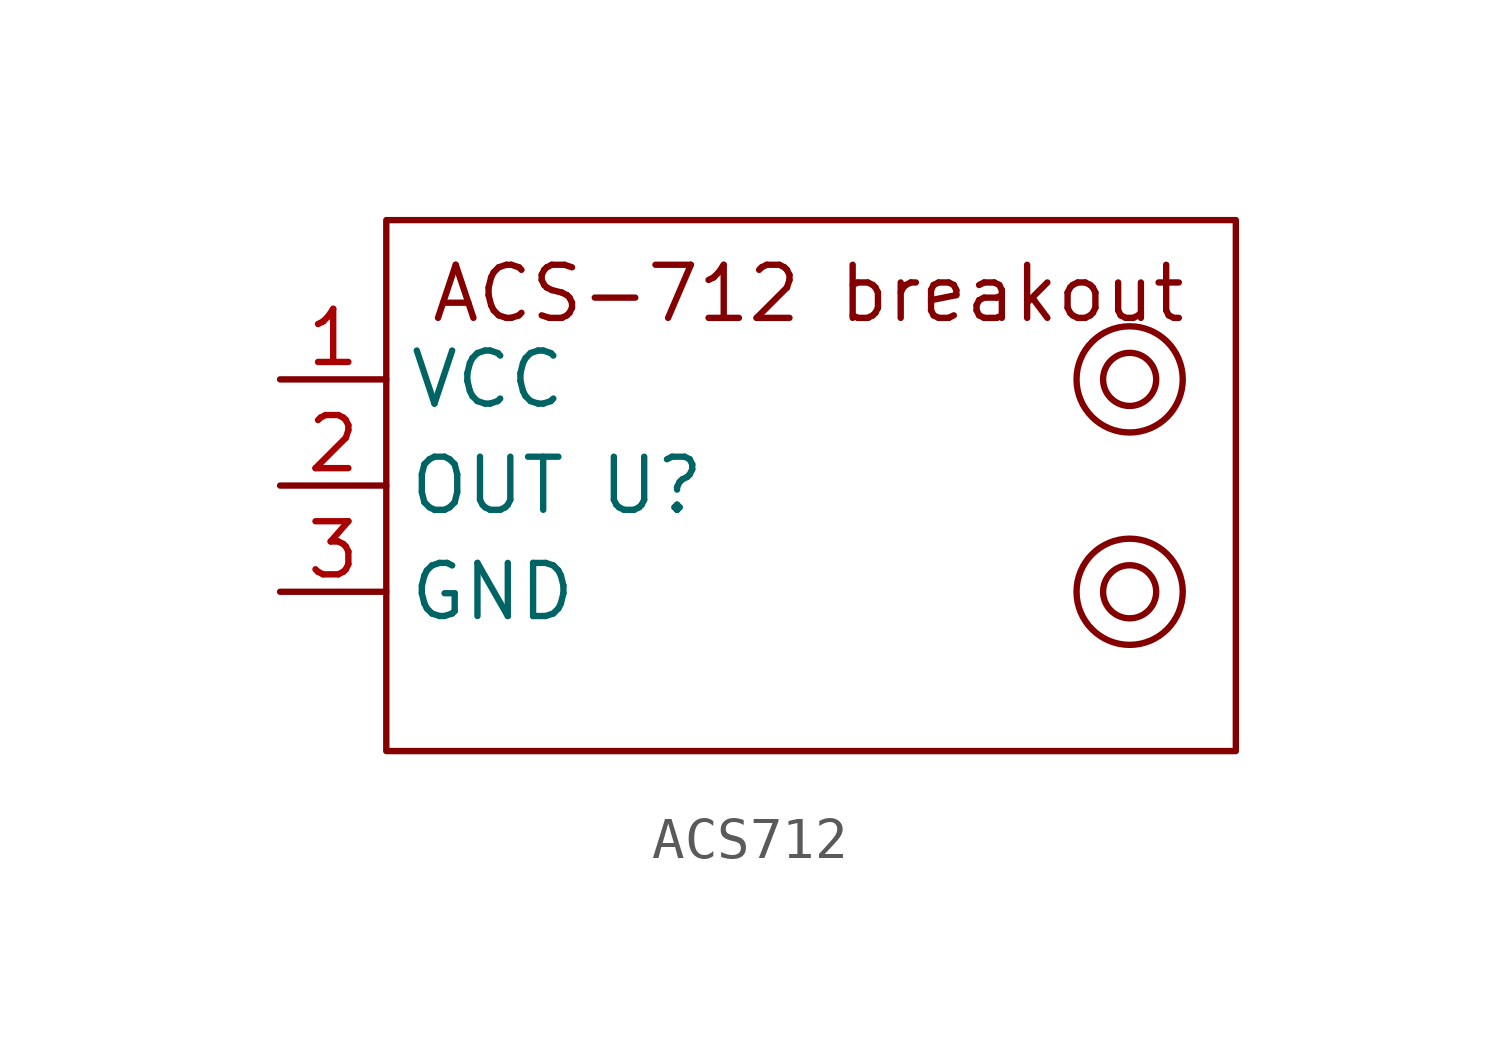
<source format=kicad_sym>
(kicad_symbol_lib
  (version 20220914)
  (generator kicad_symbol_editor)
  (symbol "ACS712"
    (property "Reference" "U"
      (at 0 0 0)
      (effects (font (size 1.27 1.27))))
    (property "Value" ""
      (at 0 0 0)
      (effects (font (size 1.27 1.27))))
    (symbol "ACS712_1_1"
      (circle (center 11.43 -2.54) (radius 0.635) (stroke (width 0) (type default)) (fill (type none)))
      (circle (center 11.43 -2.54) (radius 1.27) (stroke (width 0) (type default)) (fill (type none)))
      (circle (center 11.43 2.54) (radius 1.27) (stroke (width 0) (type default)) (fill (type none)))
      (circle (center 11.43 2.54) (radius 0.635) (stroke (width 0) (type default)) (fill (type none)))
      (text_box "ACS-712 breakout" (at -6.35 6.35 0) (size 20.32 -12.7) (stroke (width 0) (type default)) (fill (type none)) (effects (font (size 1.27 1.27)) (justify left top)))
      (pin power_in line (at -8.89 2.54 0) (length 2.54) (name "VCC" (effects (font (size 1.27 1.27)))) (number "1" (effects (font (size 1.27 1.27)))))
      (pin output line (at -8.89 0 0) (length 2.54) (name "OUT" (effects (font (size 1.27 1.27)))) (number "2" (effects (font (size 1.27 1.27)))))
      (pin power_in line (at -8.89 -2.54 0) (length 2.54) (name "GND" (effects (font (size 1.27 1.27)))) (number "3" (effects (font (size 1.27 1.27))))))))
</source>
